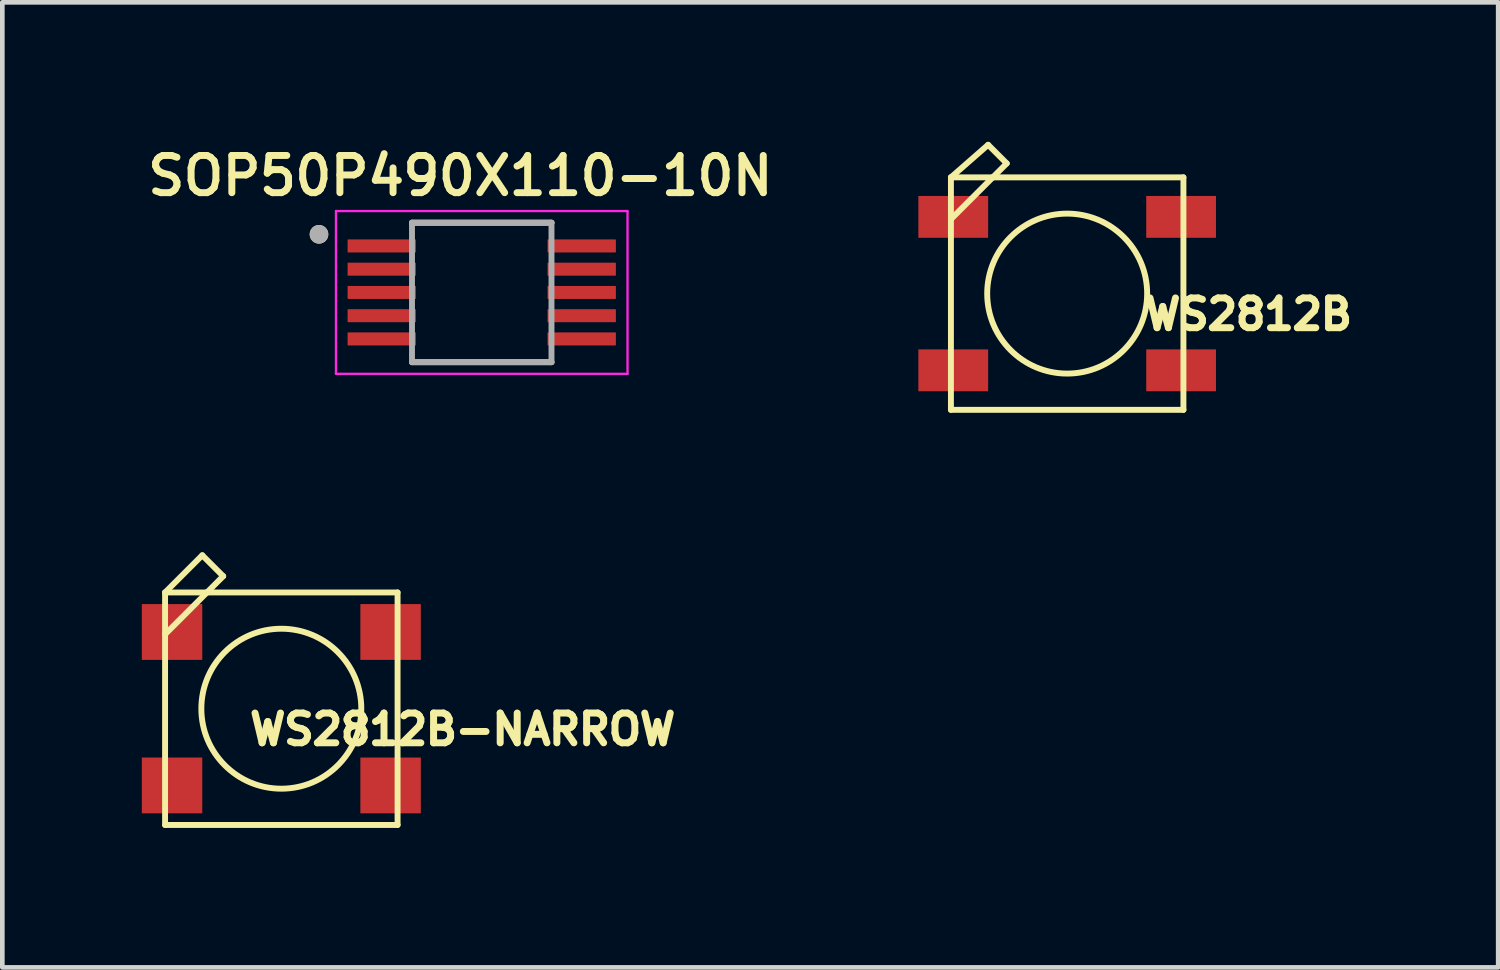
<source format=kicad_pcb>
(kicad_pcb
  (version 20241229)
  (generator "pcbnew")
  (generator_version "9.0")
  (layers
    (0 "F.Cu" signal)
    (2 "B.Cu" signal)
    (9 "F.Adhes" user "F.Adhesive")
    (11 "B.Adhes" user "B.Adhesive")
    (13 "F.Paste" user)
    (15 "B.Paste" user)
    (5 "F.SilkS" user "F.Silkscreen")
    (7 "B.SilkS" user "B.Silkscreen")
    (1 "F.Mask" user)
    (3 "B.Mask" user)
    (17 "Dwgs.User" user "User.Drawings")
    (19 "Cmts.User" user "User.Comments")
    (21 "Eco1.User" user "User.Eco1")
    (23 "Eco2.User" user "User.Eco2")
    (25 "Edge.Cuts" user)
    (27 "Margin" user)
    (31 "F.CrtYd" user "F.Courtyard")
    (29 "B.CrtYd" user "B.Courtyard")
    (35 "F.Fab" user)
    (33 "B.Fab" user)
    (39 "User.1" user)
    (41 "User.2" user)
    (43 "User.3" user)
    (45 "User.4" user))
  (footprint "WS2812B-NARROW"
    (layer "F.Cu")
    (at 3 12.191)
    (property "Reference" "WS2812B-NARROW" (at 3.899 0.445 180) (layer "F.SilkS") (effects (font (size 0.64 0.64) (thickness 0.15))))
    (attr smd)
    (fp_line (start -2.5 -2.5) (end -1.6 -2.5) (stroke (width 0.127) (type solid)) (layer "F.SilkS"))
    (fp_line (start -2.5 -1.6) (end -2.5 -2.5) (stroke (width 0.127) (type solid)) (layer "F.SilkS"))
    (fp_line (start -2.5 -1.6) (end -1.6 -2.5) (stroke (width 0.127) (type solid)) (layer "F.SilkS"))
    (fp_line (start -2.5 2.5) (end -2.5 -1.6) (stroke (width 0.127) (type solid)) (layer "F.SilkS"))
    (fp_line (start -1.7 -3.3) (end -2.5 -2.5) (stroke (width 0.127) (type solid)) (layer "F.SilkS"))
    (fp_line (start -1.6 -2.5) (end -1.25 -2.85) (stroke (width 0.127) (type solid)) (layer "F.SilkS"))
    (fp_line (start -1.6 -2.5) (end 2.5 -2.5) (stroke (width 0.127) (type solid)) (layer "F.SilkS"))
    (fp_line (start -1.25 -2.85) (end -1.7 -3.3) (stroke (width 0.127) (type solid)) (layer "F.SilkS"))
    (fp_line (start 2.5 -2.5) (end 2.5 2.5) (stroke (width 0.127) (type solid)) (layer "F.SilkS"))
    (fp_line (start 2.5 2.5) (end -2.5 2.5) (stroke (width 0.127) (type solid)) (layer "F.SilkS"))
    (fp_circle (center 0 0) (end 1.72 0) (stroke (width 0.127) (type solid)) (fill no) (layer "F.SilkS"))
    (pad "1-VDD" smd rect (at 2.35 1.65 180) (size 1.3 1.2) (layers "F.Cu" "F.Mask" "F.Paste"))
    (pad "2-DOUT" smd rect (at 2.35 -1.65 180) (size 1.3 1.2) (layers "F.Cu" "F.Mask" "F.Paste"))
    (pad "3-GND" smd rect (at -2.35 -1.65 180) (size 1.3 1.2) (layers "F.Cu" "F.Mask" "F.Paste"))
    (pad "4-DIN" smd rect (at -2.35 1.65 180) (size 1.3 1.2) (layers "F.Cu" "F.Mask" "F.Paste")))
  (footprint "WS2812B"
    (layer "F.Cu")
    (at 19.9 3.264)
    (property "Reference" "WS2812B" (at 3.899 0.445 180) (layer "F.SilkS") (effects (font (size 0.64 0.64) (thickness 0.15))))
    (attr smd)
    (fp_line (start -2.5 -2.5) (end -1.6 -2.5) (stroke (width 0.127) (type solid)) (layer "F.SilkS"))
    (fp_line (start -2.5 -1.6) (end -2.5 -2.5) (stroke (width 0.127) (type solid)) (layer "F.SilkS"))
    (fp_line (start -2.5 -1.6) (end -1.6 -2.5) (stroke (width 0.127) (type solid)) (layer "F.SilkS"))
    (fp_line (start -2.5 2.5) (end -2.5 -1.6) (stroke (width 0.127) (type solid)) (layer "F.SilkS"))
    (fp_line (start -1.7 -3.2) (end -2.5 -2.5) (stroke (width 0.127) (type solid)) (layer "F.SilkS"))
    (fp_line (start -1.6 -2.5) (end -1.3 -2.8) (stroke (width 0.127) (type solid)) (layer "F.SilkS"))
    (fp_line (start -1.6 -2.5) (end 2.5 -2.5) (stroke (width 0.127) (type solid)) (layer "F.SilkS"))
    (fp_line (start -1.3 -2.8) (end -1.7 -3.2) (stroke (width 0.127) (type solid)) (layer "F.SilkS"))
    (fp_line (start 2.5 -2.5) (end 2.5 2.5) (stroke (width 0.127) (type solid)) (layer "F.SilkS"))
    (fp_line (start 2.5 2.5) (end -2.5 2.5) (stroke (width 0.127) (type solid)) (layer "F.SilkS"))
    (fp_circle (center 0 0) (end 1.72 0) (stroke (width 0.127) (type solid)) (fill no) (layer "F.SilkS"))
    (pad "1-VDD" smd rect (at 2.45 1.65 180) (size 1.5 0.9) (layers "F.Cu" "F.Mask" "F.Paste"))
    (pad "2-DOUT" smd rect (at 2.45 -1.65 180) (size 1.5 0.9) (layers "F.Cu" "F.Mask" "F.Paste"))
    (pad "3-GND" smd rect (at -2.45 -1.65 180) (size 1.5 0.9) (layers "F.Cu" "F.Mask" "F.Paste"))
    (pad "4-DIN" smd rect (at -2.45 1.65 180) (size 1.5 0.9) (layers "F.Cu" "F.Mask" "F.Paste")))
  (footprint "SOP50P490X110-10N"
    (layer "F.Cu")
    (at 7.31 3.239)
    (property "Reference" "SOP50P490X110-10N" (at -0.46 -2.508 0) (layer "F.SilkS") (effects (font (size 0.8 0.8) (thickness 0.15))))
    (attr smd)
    (fp_line (start -1.5 -1.5) (end 1.5 -1.5) (stroke (width 0.127) (type solid)) (layer "F.SilkS"))
    (fp_line (start -1.5 1.5) (end 1.5 1.5) (stroke (width 0.127) (type solid)) (layer "F.SilkS"))
    (fp_circle (center -3.5 -1.25) (end -3.4 -1.25) (stroke (width 0.2) (type solid)) (fill no) (layer "F.SilkS"))
    (fp_line (start -3.135 -1.75) (end -3.135 1.75) (stroke (width 0.05) (type solid)) (layer "F.CrtYd"))
    (fp_line (start -3.135 -1.75) (end 3.135 -1.75) (stroke (width 0.05) (type solid)) (layer "F.CrtYd"))
    (fp_line (start -3.135 1.75) (end 3.135 1.75) (stroke (width 0.05) (type solid)) (layer "F.CrtYd"))
    (fp_line (start 3.135 -1.75) (end 3.135 1.75) (stroke (width 0.05) (type solid)) (layer "F.CrtYd"))
    (fp_line (start -1.5 -1.5) (end -1.5 1.5) (stroke (width 0.127) (type solid)) (layer "F.Fab"))
    (fp_line (start -1.5 -1.5) (end 1.5 -1.5) (stroke (width 0.127) (type solid)) (layer "F.Fab"))
    (fp_line (start -1.5 1.5) (end 1.5 1.5) (stroke (width 0.127) (type solid)) (layer "F.Fab"))
    (fp_line (start 1.5 -1.5) (end 1.5 1.5) (stroke (width 0.127) (type solid)) (layer "F.Fab"))
    (fp_circle (center -3.5 -1.25) (end -3.4 -1.25) (stroke (width 0.2) (type solid)) (fill no) (layer "F.Fab"))
    (pad "1" smd roundrect (at -2.15 -1) (size 1.47 0.28) (layers "F.Cu" "F.Mask" "F.Paste") (roundrect_rratio 0.04))
    (pad "2" smd roundrect (at -2.15 -0.5) (size 1.47 0.28) (layers "F.Cu" "F.Mask" "F.Paste") (roundrect_rratio 0.04))
    (pad "3" smd roundrect (at -2.15 0) (size 1.47 0.28) (layers "F.Cu" "F.Mask" "F.Paste") (roundrect_rratio 0.04))
    (pad "4" smd roundrect (at -2.15 0.5) (size 1.47 0.28) (layers "F.Cu" "F.Mask" "F.Paste") (roundrect_rratio 0.04))
    (pad "5" smd roundrect (at -2.15 1) (size 1.47 0.28) (layers "F.Cu" "F.Mask" "F.Paste") (roundrect_rratio 0.04))
    (pad "6" smd roundrect (at 2.15 1) (size 1.47 0.28) (layers "F.Cu" "F.Mask" "F.Paste") (roundrect_rratio 0.04))
    (pad "7" smd roundrect (at 2.15 0.5) (size 1.47 0.28) (layers "F.Cu" "F.Mask" "F.Paste") (roundrect_rratio 0.04))
    (pad "8" smd roundrect (at 2.15 0) (size 1.47 0.28) (layers "F.Cu" "F.Mask" "F.Paste") (roundrect_rratio 0.04))
    (pad "9" smd roundrect (at 2.15 -0.5) (size 1.47 0.28) (layers "F.Cu" "F.Mask" "F.Paste") (roundrect_rratio 0.04))
    (pad "10" smd roundrect (at 2.15 -1) (size 1.47 0.28) (layers "F.Cu" "F.Mask" "F.Paste") (roundrect_rratio 0.04)))
  (gr_rect
    (start -3 -3)
    (end 29.169 17.754)
    (stroke (width 0.1) (type default))
    (fill no)
    (layer "Edge.Cuts")))
</source>
